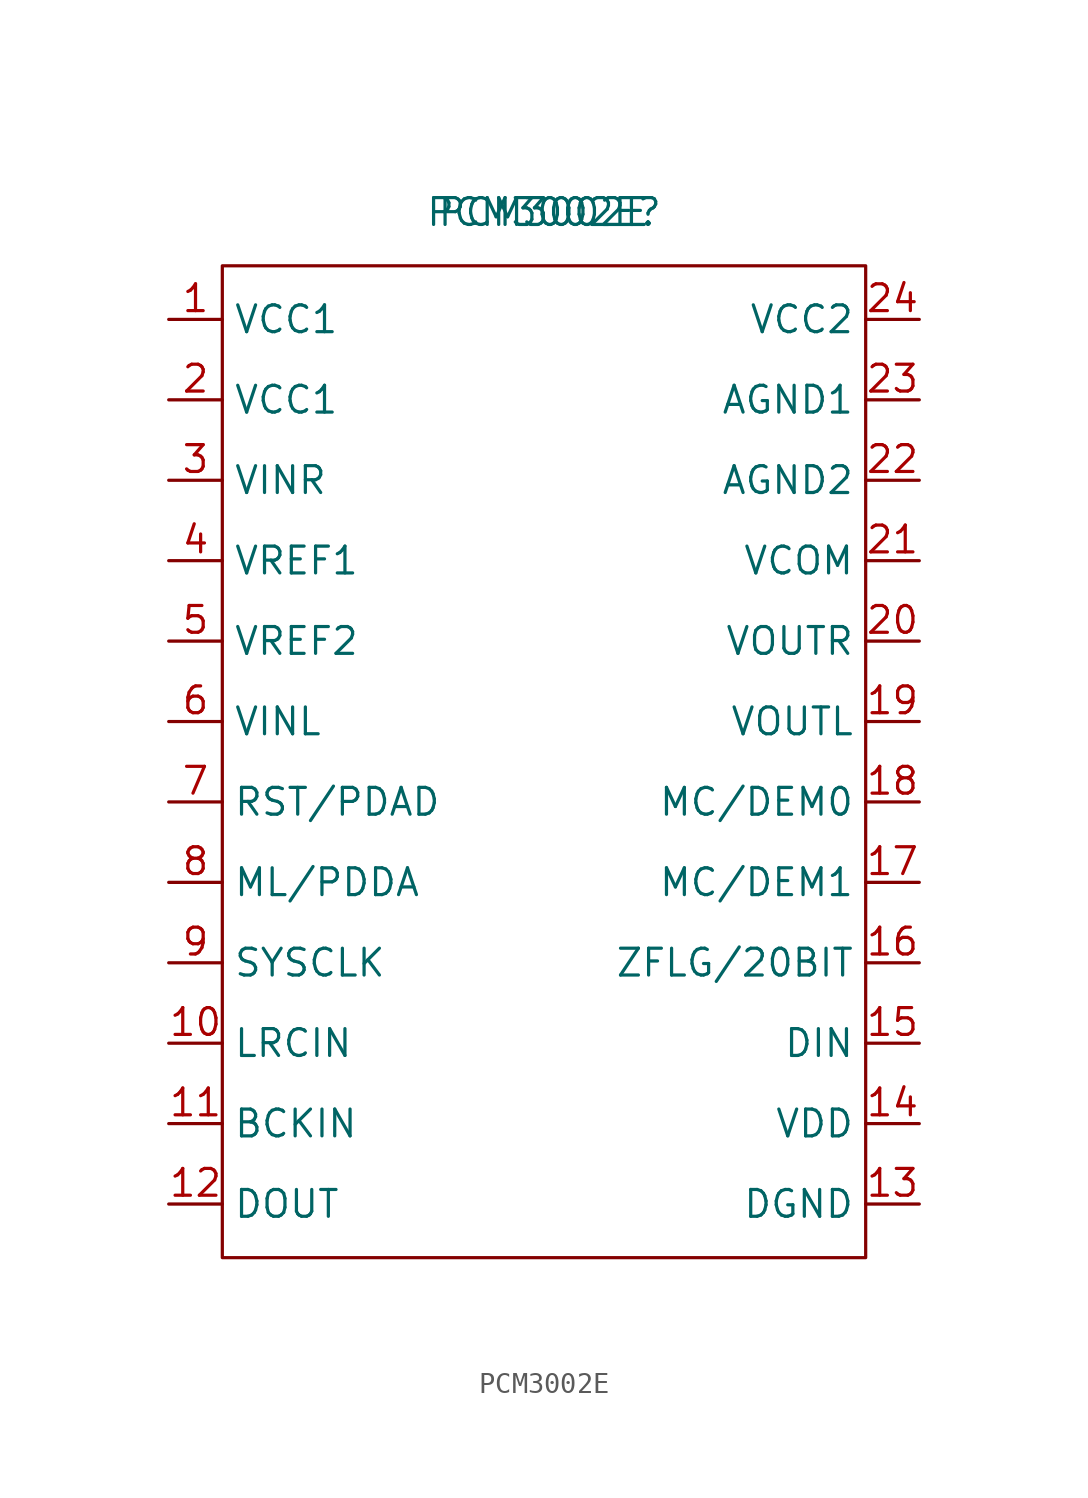
<source format=kicad_sym>
(kicad_symbol_lib
  (version 20211014)
  (generator kicad_symbol_editor)
  (symbol "PCM3002E"
    (property "Reference" "PCM3002E"
      (at 0 0 0)
      (effects (font (size 1.27 1.27))))
    (property "Value" "PCM3002E"
      (at 0 0 0)
      (effects (font (size 1.27 1.27))))
    (symbol "PCM3002E_0_1"
      (rectangle (start -15.24 -2.54) (end 15.24 -49.53) (stroke (width 0) (type default) (color 0 0 0 0)) (fill (type none))))
    (symbol "PCM3002E_1_1"
      (pin input line (at -17.78 -5.08 0) (length 2.54) (name "VCC1" (effects (font (size 1.27 1.27)))) (number "1" (effects (font (size 1.27 1.27)))))
      (pin input line (at -17.78 -39.37 0) (length 2.54) (name "LRCIN" (effects (font (size 1.27 1.27)))) (number "10" (effects (font (size 1.27 1.27)))))
      (pin input line (at -17.78 -43.18 0) (length 2.54) (name "BCKIN" (effects (font (size 1.27 1.27)))) (number "11" (effects (font (size 1.27 1.27)))))
      (pin input line (at -17.78 -46.99 0) (length 2.54) (name "DOUT" (effects (font (size 1.27 1.27)))) (number "12" (effects (font (size 1.27 1.27)))))
      (pin input line (at 17.78 -46.99 180) (length 2.54) (name "DGND" (effects (font (size 1.27 1.27)))) (number "13" (effects (font (size 1.27 1.27)))))
      (pin input line (at 17.78 -43.18 180) (length 2.54) (name "VDD" (effects (font (size 1.27 1.27)))) (number "14" (effects (font (size 1.27 1.27)))))
      (pin input line (at 17.78 -39.37 180) (length 2.54) (name "DIN" (effects (font (size 1.27 1.27)))) (number "15" (effects (font (size 1.27 1.27)))))
      (pin input line (at 17.78 -35.56 180) (length 2.54) (name "ZFLG/20BIT" (effects (font (size 1.27 1.27)))) (number "16" (effects (font (size 1.27 1.27)))))
      (pin input line (at 17.78 -31.75 180) (length 2.54) (name "MC/DEM1" (effects (font (size 1.27 1.27)))) (number "17" (effects (font (size 1.27 1.27)))))
      (pin input line (at 17.78 -27.94 180) (length 2.54) (name "MC/DEM0" (effects (font (size 1.27 1.27)))) (number "18" (effects (font (size 1.27 1.27)))))
      (pin input line (at 17.78 -24.13 180) (length 2.54) (name "VOUTL" (effects (font (size 1.27 1.27)))) (number "19" (effects (font (size 1.27 1.27)))))
      (pin input line (at -17.78 -8.89 0) (length 2.54) (name "VCC1" (effects (font (size 1.27 1.27)))) (number "2" (effects (font (size 1.27 1.27)))))
      (pin input line (at 17.78 -20.32 180) (length 2.54) (name "VOUTR" (effects (font (size 1.27 1.27)))) (number "20" (effects (font (size 1.27 1.27)))))
      (pin input line (at 17.78 -16.51 180) (length 2.54) (name "VCOM" (effects (font (size 1.27 1.27)))) (number "21" (effects (font (size 1.27 1.27)))))
      (pin input line (at 17.78 -12.7 180) (length 2.54) (name "AGND2" (effects (font (size 1.27 1.27)))) (number "22" (effects (font (size 1.27 1.27)))))
      (pin input line (at 17.78 -8.89 180) (length 2.54) (name "AGND1" (effects (font (size 1.27 1.27)))) (number "23" (effects (font (size 1.27 1.27)))))
      (pin input line (at 17.78 -5.08 180) (length 2.54) (name "VCC2" (effects (font (size 1.27 1.27)))) (number "24" (effects (font (size 1.27 1.27)))))
      (pin input line (at -17.78 -12.7 0) (length 2.54) (name "VINR" (effects (font (size 1.27 1.27)))) (number "3" (effects (font (size 1.27 1.27)))))
      (pin input line (at -17.78 -16.51 0) (length 2.54) (name "VREF1" (effects (font (size 1.27 1.27)))) (number "4" (effects (font (size 1.27 1.27)))))
      (pin input line (at -17.78 -20.32 0) (length 2.54) (name "VREF2" (effects (font (size 1.27 1.27)))) (number "5" (effects (font (size 1.27 1.27)))))
      (pin input line (at -17.78 -24.13 0) (length 2.54) (name "VINL" (effects (font (size 1.27 1.27)))) (number "6" (effects (font (size 1.27 1.27)))))
      (pin input line (at -17.78 -27.94 0) (length 2.54) (name "RST/PDAD" (effects (font (size 1.27 1.27)))) (number "7" (effects (font (size 1.27 1.27)))))
      (pin input line (at -17.78 -31.75 0) (length 2.54) (name "ML/PDDA" (effects (font (size 1.27 1.27)))) (number "8" (effects (font (size 1.27 1.27)))))
      (pin input line (at -17.78 -35.56 0) (length 2.54) (name "SYSCLK" (effects (font (size 1.27 1.27)))) (number "9" (effects (font (size 1.27 1.27))))))))
</source>
